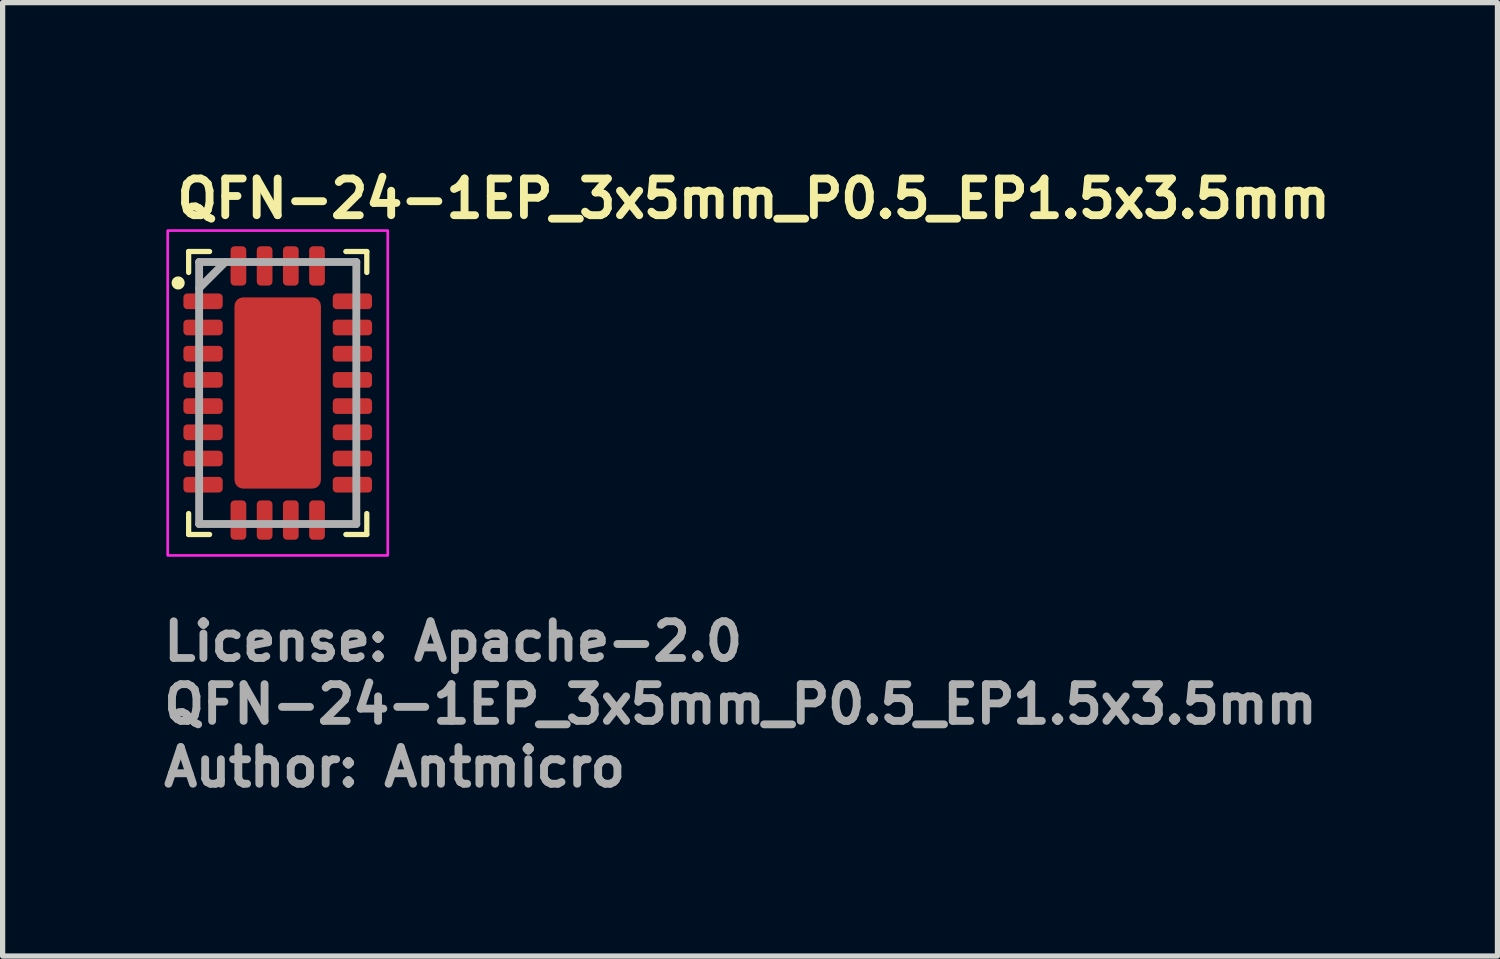
<source format=kicad_pcb>
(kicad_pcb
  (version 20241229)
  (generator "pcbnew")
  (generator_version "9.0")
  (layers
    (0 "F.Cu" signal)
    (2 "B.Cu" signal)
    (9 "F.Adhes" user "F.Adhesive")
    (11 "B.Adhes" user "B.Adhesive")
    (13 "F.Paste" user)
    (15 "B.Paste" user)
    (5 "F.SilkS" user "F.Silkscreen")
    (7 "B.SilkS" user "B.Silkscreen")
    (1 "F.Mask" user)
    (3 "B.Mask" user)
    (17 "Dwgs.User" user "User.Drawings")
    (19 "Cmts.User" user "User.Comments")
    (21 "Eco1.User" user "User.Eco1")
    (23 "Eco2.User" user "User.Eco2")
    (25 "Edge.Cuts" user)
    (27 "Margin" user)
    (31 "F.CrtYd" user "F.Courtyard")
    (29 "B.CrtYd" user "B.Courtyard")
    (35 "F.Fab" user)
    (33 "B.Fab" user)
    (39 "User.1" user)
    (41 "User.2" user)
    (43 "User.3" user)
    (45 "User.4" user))
  (footprint "QFN-24-1EP_3x5mm_P0.5_EP1.5x3.5mm"
    (layer "F.Cu")
    (at 2.25 4.45)
    (property "Reference" "QFN-24-1EP_3x5mm_P0.5_EP1.5x3.5mm" (at -2 -3.3 0) (layer "F.SilkS") (effects (font (size 0.7 0.7) (thickness 0.15)) (justify left bottom)))
    (attr smd)
    (fp_line (start -1.7 -2.7) (end -1.3 -2.7) (stroke (width 0.1) (type default)) (layer "F.SilkS"))
    (fp_line (start -1.7 -2.3) (end -1.7 -2.7) (stroke (width 0.1) (type default)) (layer "F.SilkS"))
    (fp_line (start -1.7 2.7) (end -1.7 2.3) (stroke (width 0.1) (type default)) (layer "F.SilkS"))
    (fp_line (start -1.3 2.7) (end -1.7 2.7) (stroke (width 0.1) (type default)) (layer "F.SilkS"))
    (fp_line (start 1.3 -2.7) (end 1.7 -2.7) (stroke (width 0.1) (type default)) (layer "F.SilkS"))
    (fp_line (start 1.7 -2.7) (end 1.7 -2.3) (stroke (width 0.1) (type default)) (layer "F.SilkS"))
    (fp_line (start 1.7 2.3) (end 1.7 2.7) (stroke (width 0.1) (type default)) (layer "F.SilkS"))
    (fp_line (start 1.7 2.7) (end 1.3 2.7) (stroke (width 0.1) (type default)) (layer "F.SilkS"))
    (fp_circle (center -1.9 -2.1) (end -1.85 -2.1) (stroke (width 0.15) (type solid)) (fill yes) (layer "F.SilkS"))
    (fp_rect (start -2.1 -3.1) (end 2.1 3.1) (stroke (width 0.05) (type solid)) (fill no) (layer "F.CrtYd"))
    (fp_line (start -1.5 -2.5) (end 1.5 -2.5) (stroke (width 0.15) (type solid)) (layer "F.Fab"))
    (fp_line (start -1.5 -2) (end -1 -2.5) (stroke (width 0.15) (type solid)) (layer "F.Fab"))
    (fp_line (start -1.5 2.5) (end -1.5 -2.5) (stroke (width 0.15) (type solid)) (layer "F.Fab"))
    (fp_line (start 1.5 -2.5) (end 1.5 2.5) (stroke (width 0.15) (type solid)) (layer "F.Fab"))
    (fp_line (start 1.5 2.5) (end -1.5 2.5) (stroke (width 0.15) (type solid)) (layer "F.Fab"))
    (fp_rect (start -1.55 -2.55) (end 1.55 2.55) (stroke (width 0.1) (type solid)) (fill no) (layer "User.5"))
    (fp_line (start -1.55 -1.875) (end -1.5 -1.875) (stroke (width 0.02) (type solid)) (layer "User.9"))
    (fp_line (start -1.55 -1.625) (end -1.55 -1.875) (stroke (width 0.02) (type solid)) (layer "User.9"))
    (fp_line (start -1.55 -1.625) (end -1.5 -1.625) (stroke (width 0.02) (type solid)) (layer "User.9"))
    (fp_line (start -1.55 -1.375) (end -1.5 -1.375) (stroke (width 0.02) (type solid)) (layer "User.9"))
    (fp_line (start -1.55 -1.125) (end -1.55 -1.375) (stroke (width 0.02) (type solid)) (layer "User.9"))
    (fp_line (start -1.55 -1.125) (end -1.5 -1.125) (stroke (width 0.02) (type solid)) (layer "User.9"))
    (fp_line (start -1.55 -0.875) (end -1.5 -0.875) (stroke (width 0.02) (type solid)) (layer "User.9"))
    (fp_line (start -1.55 -0.625) (end -1.55 -0.875) (stroke (width 0.02) (type solid)) (layer "User.9"))
    (fp_line (start -1.55 -0.625) (end -1.5 -0.625) (stroke (width 0.02) (type solid)) (layer "User.9"))
    (fp_line (start -1.55 -0.375) (end -1.5 -0.375) (stroke (width 0.02) (type solid)) (layer "User.9"))
    (fp_line (start -1.55 -0.125) (end -1.55 -0.375) (stroke (width 0.02) (type solid)) (layer "User.9"))
    (fp_line (start -1.55 -0.125) (end -1.5 -0.125) (stroke (width 0.02) (type solid)) (layer "User.9"))
    (fp_line (start -1.55 0.125) (end -1.5 0.125) (stroke (width 0.02) (type solid)) (layer "User.9"))
    (fp_line (start -1.55 0.375) (end -1.55 0.125) (stroke (width 0.02) (type solid)) (layer "User.9"))
    (fp_line (start -1.55 0.375) (end -1.5 0.375) (stroke (width 0.02) (type solid)) (layer "User.9"))
    (fp_line (start -1.55 0.625) (end -1.5 0.625) (stroke (width 0.02) (type solid)) (layer "User.9"))
    (fp_line (start -1.55 0.875) (end -1.55 0.625) (stroke (width 0.02) (type solid)) (layer "User.9"))
    (fp_line (start -1.55 0.875) (end -1.5 0.875) (stroke (width 0.02) (type solid)) (layer "User.9"))
    (fp_line (start -1.55 1.125) (end -1.5 1.125) (stroke (width 0.02) (type solid)) (layer "User.9"))
    (fp_line (start -1.55 1.375) (end -1.55 1.125) (stroke (width 0.02) (type solid)) (layer "User.9"))
    (fp_line (start -1.55 1.375) (end -1.5 1.375) (stroke (width 0.02) (type solid)) (layer "User.9"))
    (fp_line (start -1.55 1.625) (end -1.5 1.625) (stroke (width 0.02) (type solid)) (layer "User.9"))
    (fp_line (start -1.55 1.875) (end -1.55 1.625) (stroke (width 0.02) (type solid)) (layer "User.9"))
    (fp_line (start -1.55 1.875) (end -1.5 1.875) (stroke (width 0.02) (type solid)) (layer "User.9"))
    (fp_line (start -1.5 -2.5) (end 1.5 -2.5) (stroke (width 0.02) (type solid)) (layer "User.9"))
    (fp_line (start -1.5 2.5) (end -1.5 -2.5) (stroke (width 0.02) (type solid)) (layer "User.9"))
    (fp_line (start -1.5 2.5) (end 1.5 2.5) (stroke (width 0.02) (type solid)) (layer "User.9"))
    (fp_line (start -1.312 -2.144) (end -1.312 -2.106) (stroke (width 0.02) (type solid)) (layer "User.9"))
    (fp_line (start -1.312 -2.106) (end -1.304 -2.069) (stroke (width 0.02) (type solid)) (layer "User.9"))
    (fp_line (start -1.304 -2.181) (end -1.312 -2.144) (stroke (width 0.02) (type solid)) (layer "User.9"))
    (fp_line (start -1.304 -2.069) (end -1.289 -2.034) (stroke (width 0.02) (type solid)) (layer "User.9"))
    (fp_line (start -1.289 -2.216) (end -1.304 -2.181) (stroke (width 0.02) (type solid)) (layer "User.9"))
    (fp_line (start -1.289 -2.034) (end -1.267 -2.003) (stroke (width 0.02) (type solid)) (layer "User.9"))
    (fp_line (start -1.267 -2.247) (end -1.289 -2.216) (stroke (width 0.02) (type solid)) (layer "User.9"))
    (fp_line (start -1.267 -2.003) (end -1.24 -1.977) (stroke (width 0.02) (type solid)) (layer "User.9"))
    (fp_line (start -1.24 -2.273) (end -1.267 -2.247) (stroke (width 0.02) (type solid)) (layer "User.9"))
    (fp_line (start -1.24 -1.977) (end -1.208 -1.957) (stroke (width 0.02) (type solid)) (layer "User.9"))
    (fp_line (start -1.208 -2.293) (end -1.24 -2.273) (stroke (width 0.02) (type solid)) (layer "User.9"))
    (fp_line (start -1.208 -1.957) (end -1.172 -1.943) (stroke (width 0.02) (type solid)) (layer "User.9"))
    (fp_line (start -1.172 -2.307) (end -1.208 -2.293) (stroke (width 0.02) (type solid)) (layer "User.9"))
    (fp_line (start -1.172 -1.943) (end -1.134 -1.938) (stroke (width 0.02) (type solid)) (layer "User.9"))
    (fp_line (start -1.134 -2.312) (end -1.172 -2.307) (stroke (width 0.02) (type solid)) (layer "User.9"))
    (fp_line (start -1.134 -1.938) (end -1.097 -1.94) (stroke (width 0.02) (type solid)) (layer "User.9"))
    (fp_line (start -1.097 -2.31) (end -1.134 -2.312) (stroke (width 0.02) (type solid)) (layer "User.9"))
    (fp_line (start -1.097 -1.94) (end -1.06 -1.949) (stroke (width 0.02) (type solid)) (layer "User.9"))
    (fp_line (start -1.06 -2.301) (end -1.097 -2.31) (stroke (width 0.02) (type solid)) (layer "User.9"))
    (fp_line (start -1.06 -1.949) (end -1.026 -1.966) (stroke (width 0.02) (type solid)) (layer "User.9"))
    (fp_line (start -1.026 -2.284) (end -1.06 -2.301) (stroke (width 0.02) (type solid)) (layer "User.9"))
    (fp_line (start -1.026 -1.966) (end -0.996 -1.989) (stroke (width 0.02) (type solid)) (layer "User.9"))
    (fp_line (start -0.996 -2.261) (end -1.026 -2.284) (stroke (width 0.02) (type solid)) (layer "User.9"))
    (fp_line (start -0.996 -1.989) (end -0.971 -2.018) (stroke (width 0.02) (type solid)) (layer "User.9"))
    (fp_line (start -0.971 -2.232) (end -0.996 -2.261) (stroke (width 0.02) (type solid)) (layer "User.9"))
    (fp_line (start -0.971 -2.018) (end -0.953 -2.051) (stroke (width 0.02) (type solid)) (layer "User.9"))
    (fp_line (start -0.953 -2.199) (end -0.971 -2.232) (stroke (width 0.02) (type solid)) (layer "User.9"))
    (fp_line (start -0.953 -2.051) (end -0.941 -2.087) (stroke (width 0.02) (type solid)) (layer "User.9"))
    (fp_line (start -0.941 -2.163) (end -0.953 -2.199) (stroke (width 0.02) (type solid)) (layer "User.9"))
    (fp_line (start -0.941 -2.087) (end -0.938 -2.125) (stroke (width 0.02) (type solid)) (layer "User.9"))
    (fp_line (start -0.938 -2.125) (end -0.941 -2.163) (stroke (width 0.02) (type solid)) (layer "User.9"))
    (fp_line (start -0.875 -2.55) (end -0.875 -2.5) (stroke (width 0.02) (type solid)) (layer "User.9"))
    (fp_line (start -0.875 -2.55) (end -0.625 -2.55) (stroke (width 0.02) (type solid)) (layer "User.9"))
    (fp_line (start -0.875 2.55) (end -0.875 2.5) (stroke (width 0.02) (type solid)) (layer "User.9"))
    (fp_line (start -0.875 2.55) (end -0.625 2.55) (stroke (width 0.02) (type solid)) (layer "User.9"))
    (fp_line (start -0.625 -2.55) (end -0.625 -2.5) (stroke (width 0.02) (type solid)) (layer "User.9"))
    (fp_line (start -0.625 2.55) (end -0.625 2.5) (stroke (width 0.02) (type solid)) (layer "User.9"))
    (fp_line (start -0.375 -2.55) (end -0.375 -2.5) (stroke (width 0.02) (type solid)) (layer "User.9"))
    (fp_line (start -0.375 -2.55) (end -0.125 -2.55) (stroke (width 0.02) (type solid)) (layer "User.9"))
    (fp_line (start -0.375 2.55) (end -0.375 2.5) (stroke (width 0.02) (type solid)) (layer "User.9"))
    (fp_line (start -0.375 2.55) (end -0.125 2.55) (stroke (width 0.02) (type solid)) (layer "User.9"))
    (fp_line (start -0.125 -2.55) (end -0.125 -2.5) (stroke (width 0.02) (type solid)) (layer "User.9"))
    (fp_line (start -0.125 2.55) (end -0.125 2.5) (stroke (width 0.02) (type solid)) (layer "User.9"))
    (fp_line (start 0.125 -2.55) (end 0.125 -2.5) (stroke (width 0.02) (type solid)) (layer "User.9"))
    (fp_line (start 0.125 -2.55) (end 0.375 -2.55) (stroke (width 0.02) (type solid)) (layer "User.9"))
    (fp_line (start 0.125 2.55) (end 0.125 2.5) (stroke (width 0.02) (type solid)) (layer "User.9"))
    (fp_line (start 0.125 2.55) (end 0.375 2.55) (stroke (width 0.02) (type solid)) (layer "User.9"))
    (fp_line (start 0.375 -2.55) (end 0.375 -2.5) (stroke (width 0.02) (type solid)) (layer "User.9"))
    (fp_line (start 0.375 2.55) (end 0.375 2.5) (stroke (width 0.02) (type solid)) (layer "User.9"))
    (fp_line (start 0.625 -2.55) (end 0.625 -2.5) (stroke (width 0.02) (type solid)) (layer "User.9"))
    (fp_line (start 0.625 -2.55) (end 0.875 -2.55) (stroke (width 0.02) (type solid)) (layer "User.9"))
    (fp_line (start 0.625 2.55) (end 0.625 2.5) (stroke (width 0.02) (type solid)) (layer "User.9"))
    (fp_line (start 0.625 2.55) (end 0.875 2.55) (stroke (width 0.02) (type solid)) (layer "User.9"))
    (fp_line (start 0.875 -2.55) (end 0.875 -2.5) (stroke (width 0.02) (type solid)) (layer "User.9"))
    (fp_line (start 0.875 2.55) (end 0.875 2.5) (stroke (width 0.02) (type solid)) (layer "User.9"))
    (fp_line (start 1.5 2.5) (end 1.5 -2.5) (stroke (width 0.02) (type solid)) (layer "User.9"))
    (fp_line (start 1.55 -1.875) (end 1.5 -1.875) (stroke (width 0.02) (type solid)) (layer "User.9"))
    (fp_line (start 1.55 -1.625) (end 1.5 -1.625) (stroke (width 0.02) (type solid)) (layer "User.9"))
    (fp_line (start 1.55 -1.625) (end 1.55 -1.875) (stroke (width 0.02) (type solid)) (layer "User.9"))
    (fp_line (start 1.55 -1.375) (end 1.5 -1.375) (stroke (width 0.02) (type solid)) (layer "User.9"))
    (fp_line (start 1.55 -1.125) (end 1.5 -1.125) (stroke (width 0.02) (type solid)) (layer "User.9"))
    (fp_line (start 1.55 -1.125) (end 1.55 -1.375) (stroke (width 0.02) (type solid)) (layer "User.9"))
    (fp_line (start 1.55 -0.875) (end 1.5 -0.875) (stroke (width 0.02) (type solid)) (layer "User.9"))
    (fp_line (start 1.55 -0.625) (end 1.5 -0.625) (stroke (width 0.02) (type solid)) (layer "User.9"))
    (fp_line (start 1.55 -0.625) (end 1.55 -0.875) (stroke (width 0.02) (type solid)) (layer "User.9"))
    (fp_line (start 1.55 -0.375) (end 1.5 -0.375) (stroke (width 0.02) (type solid)) (layer "User.9"))
    (fp_line (start 1.55 -0.125) (end 1.5 -0.125) (stroke (width 0.02) (type solid)) (layer "User.9"))
    (fp_line (start 1.55 -0.125) (end 1.55 -0.375) (stroke (width 0.02) (type solid)) (layer "User.9"))
    (fp_line (start 1.55 0.125) (end 1.5 0.125) (stroke (width 0.02) (type solid)) (layer "User.9"))
    (fp_line (start 1.55 0.375) (end 1.5 0.375) (stroke (width 0.02) (type solid)) (layer "User.9"))
    (fp_line (start 1.55 0.375) (end 1.55 0.125) (stroke (width 0.02) (type solid)) (layer "User.9"))
    (fp_line (start 1.55 0.625) (end 1.5 0.625) (stroke (width 0.02) (type solid)) (layer "User.9"))
    (fp_line (start 1.55 0.875) (end 1.5 0.875) (stroke (width 0.02) (type solid)) (layer "User.9"))
    (fp_line (start 1.55 0.875) (end 1.55 0.625) (stroke (width 0.02) (type solid)) (layer "User.9"))
    (fp_line (start 1.55 1.125) (end 1.5 1.125) (stroke (width 0.02) (type solid)) (layer "User.9"))
    (fp_line (start 1.55 1.375) (end 1.5 1.375) (stroke (width 0.02) (type solid)) (layer "User.9"))
    (fp_line (start 1.55 1.375) (end 1.55 1.125) (stroke (width 0.02) (type solid)) (layer "User.9"))
    (fp_line (start 1.55 1.625) (end 1.5 1.625) (stroke (width 0.02) (type solid)) (layer "User.9"))
    (fp_line (start 1.55 1.875) (end 1.5 1.875) (stroke (width 0.02) (type solid)) (layer "User.9"))
    (fp_line (start 1.55 1.875) (end 1.55 1.625) (stroke (width 0.02) (type solid)) (layer "User.9"))
    (fp_text user "License: Apache-2.0" (at -2.25 5.15 0) (layer "F.Fab") (effects (font (size 0.7 0.7) (thickness 0.15)) (justify left bottom)))
    (fp_text user "Author: Antmicro" (at -2.25 7.55 0) (layer "F.Fab") (effects (font (size 0.7 0.7) (thickness 0.15)) (justify left bottom)))
    (fp_text user "${REFERENCE}" (at -2.25 6.35 0) (layer "F.Fab") (effects (font (size 0.7 0.7) (thickness 0.15)) (justify left bottom)))
    (pad "1" smd roundrect (at -1.425 -1.75 90) (size 0.3 0.75) (layers "F.Cu" "F.Mask" "F.Paste") (roundrect_rratio 0.25))
    (pad "2" smd roundrect (at -1.425 -1.25 90) (size 0.3 0.75) (layers "F.Cu" "F.Mask" "F.Paste") (roundrect_rratio 0.25))
    (pad "3" smd roundrect (at -1.425 -0.75 90) (size 0.3 0.75) (layers "F.Cu" "F.Mask" "F.Paste") (roundrect_rratio 0.25))
    (pad "4" smd roundrect (at -1.425 -0.25 90) (size 0.3 0.75) (layers "F.Cu" "F.Mask" "F.Paste") (roundrect_rratio 0.25))
    (pad "5" smd roundrect (at -1.425 0.25 90) (size 0.3 0.75) (layers "F.Cu" "F.Mask" "F.Paste") (roundrect_rratio 0.25))
    (pad "6" smd roundrect (at -1.425 0.75 90) (size 0.3 0.75) (layers "F.Cu" "F.Mask" "F.Paste") (roundrect_rratio 0.25))
    (pad "7" smd roundrect (at -1.425 1.25 90) (size 0.3 0.75) (layers "F.Cu" "F.Mask" "F.Paste") (roundrect_rratio 0.25))
    (pad "8" smd roundrect (at -1.425 1.75 90) (size 0.3 0.75) (layers "F.Cu" "F.Mask" "F.Paste") (roundrect_rratio 0.25))
    (pad "9" smd roundrect (at -0.75 2.425) (size 0.3 0.75) (layers "F.Cu" "F.Mask" "F.Paste") (roundrect_rratio 0.25))
    (pad "10" smd roundrect (at -0.25 2.425) (size 0.3 0.75) (layers "F.Cu" "F.Mask" "F.Paste") (roundrect_rratio 0.25))
    (pad "11" smd roundrect (at 0.25 2.425) (size 0.3 0.75) (layers "F.Cu" "F.Mask" "F.Paste") (roundrect_rratio 0.25))
    (pad "12" smd roundrect (at 0.75 2.425) (size 0.3 0.75) (layers "F.Cu" "F.Mask" "F.Paste") (roundrect_rratio 0.25))
    (pad "13" smd roundrect (at 1.425 1.75 90) (size 0.3 0.75) (layers "F.Cu" "F.Mask" "F.Paste") (roundrect_rratio 0.25))
    (pad "14" smd roundrect (at 1.425 1.25 90) (size 0.3 0.75) (layers "F.Cu" "F.Mask" "F.Paste") (roundrect_rratio 0.25))
    (pad "15" smd roundrect (at 1.425 0.75 90) (size 0.3 0.75) (layers "F.Cu" "F.Mask" "F.Paste") (roundrect_rratio 0.25))
    (pad "16" smd roundrect (at 1.425 0.25 90) (size 0.3 0.75) (layers "F.Cu" "F.Mask" "F.Paste") (roundrect_rratio 0.25))
    (pad "17" smd roundrect (at 1.425 -0.25 90) (size 0.3 0.75) (layers "F.Cu" "F.Mask" "F.Paste") (roundrect_rratio 0.25))
    (pad "18" smd roundrect (at 1.425 -0.75 90) (size 0.3 0.75) (layers "F.Cu" "F.Mask" "F.Paste") (roundrect_rratio 0.25))
    (pad "19" smd roundrect (at 1.425 -1.25 90) (size 0.3 0.75) (layers "F.Cu" "F.Mask" "F.Paste") (roundrect_rratio 0.25))
    (pad "20" smd roundrect (at 1.425 -1.75 90) (size 0.3 0.75) (layers "F.Cu" "F.Mask" "F.Paste") (roundrect_rratio 0.25))
    (pad "21" smd roundrect (at 0.75 -2.425) (size 0.3 0.75) (layers "F.Cu" "F.Mask" "F.Paste") (roundrect_rratio 0.25))
    (pad "22" smd roundrect (at 0.25 -2.425) (size 0.3 0.75) (layers "F.Cu" "F.Mask" "F.Paste") (roundrect_rratio 0.25))
    (pad "23" smd roundrect (at -0.25 -2.425) (size 0.3 0.75) (layers "F.Cu" "F.Mask" "F.Paste") (roundrect_rratio 0.25))
    (pad "24" smd roundrect (at -0.75 -2.425) (size 0.3 0.75) (layers "F.Cu" "F.Mask" "F.Paste") (roundrect_rratio 0.25))
    (pad "25" smd roundrect (at 0 0) (size 1.65 3.65) (layers "F.Cu" "F.Mask" "F.Paste") (roundrect_rratio 0.1)))
  (gr_rect
    (start -3 -3)
    (end 25.527 15.195)
    (stroke (width 0.1) (type default))
    (fill no)
    (layer "Edge.Cuts")))
</source>
